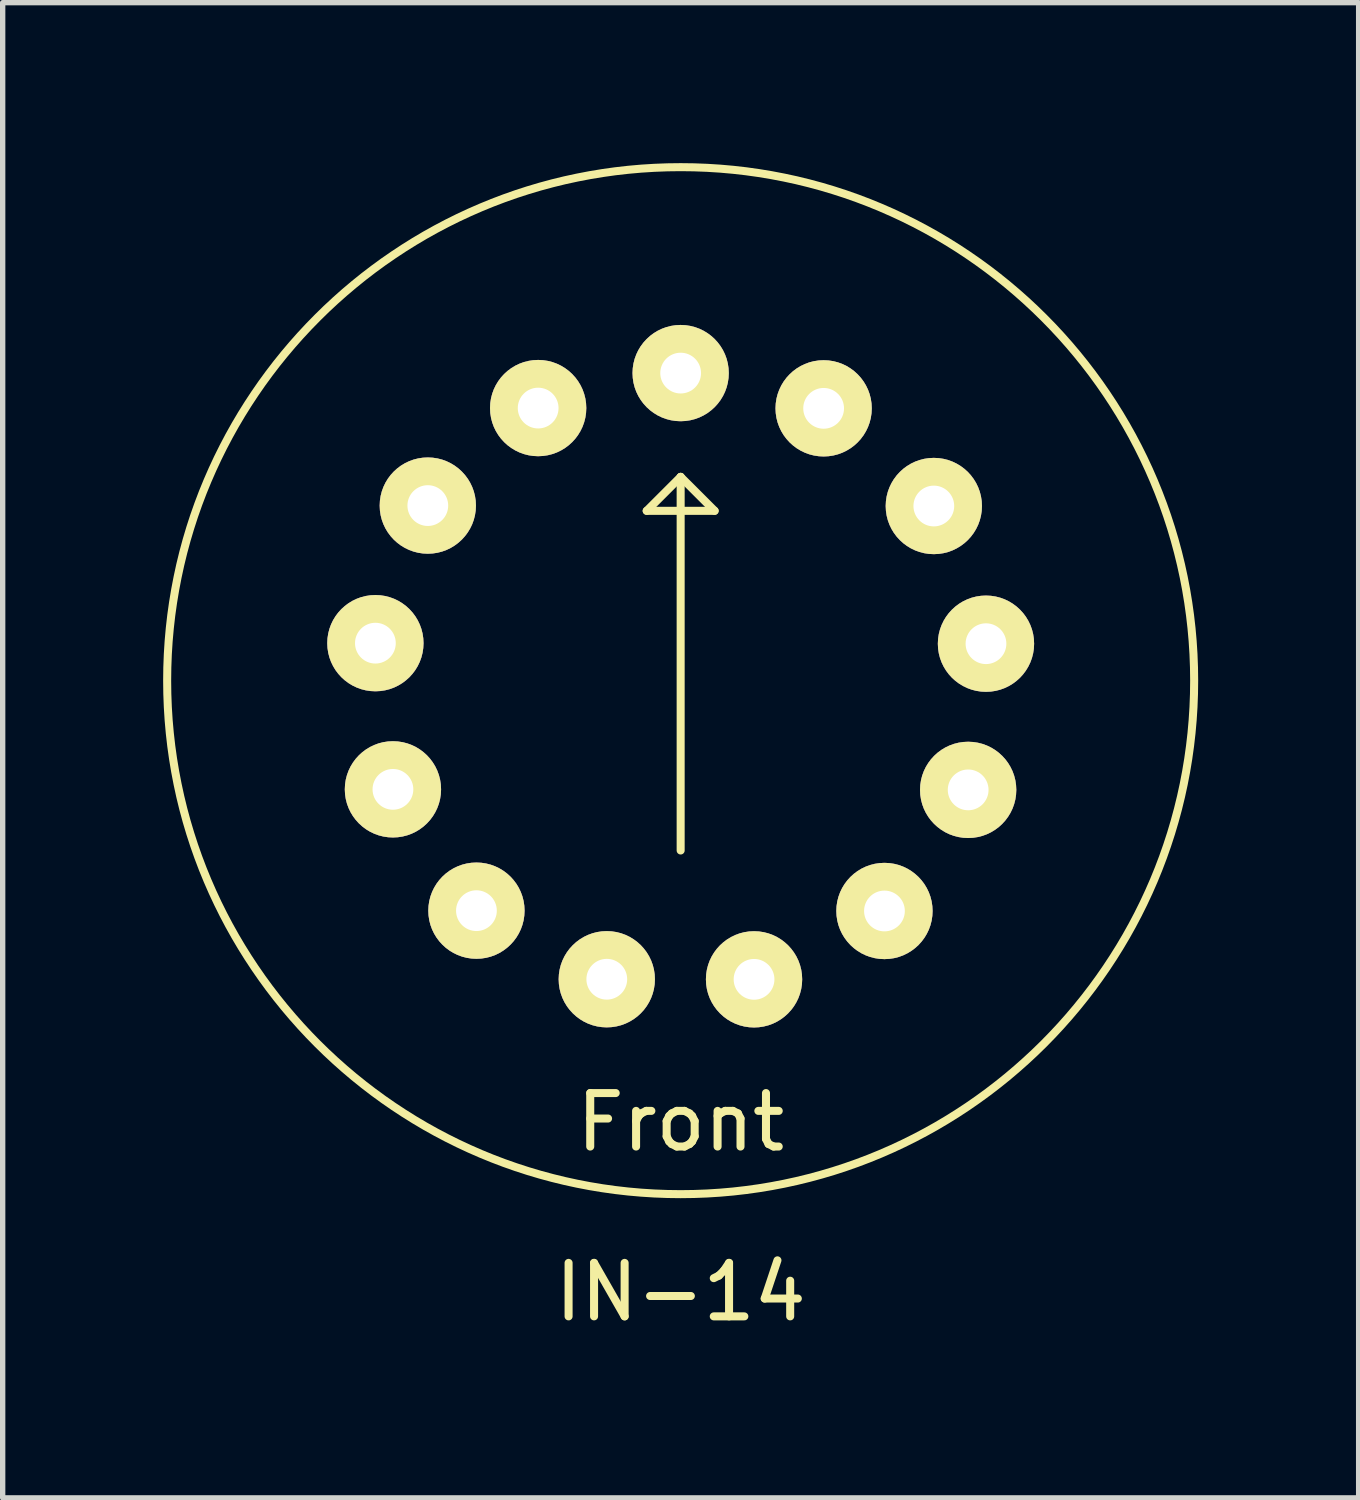
<source format=kicad_pcb>
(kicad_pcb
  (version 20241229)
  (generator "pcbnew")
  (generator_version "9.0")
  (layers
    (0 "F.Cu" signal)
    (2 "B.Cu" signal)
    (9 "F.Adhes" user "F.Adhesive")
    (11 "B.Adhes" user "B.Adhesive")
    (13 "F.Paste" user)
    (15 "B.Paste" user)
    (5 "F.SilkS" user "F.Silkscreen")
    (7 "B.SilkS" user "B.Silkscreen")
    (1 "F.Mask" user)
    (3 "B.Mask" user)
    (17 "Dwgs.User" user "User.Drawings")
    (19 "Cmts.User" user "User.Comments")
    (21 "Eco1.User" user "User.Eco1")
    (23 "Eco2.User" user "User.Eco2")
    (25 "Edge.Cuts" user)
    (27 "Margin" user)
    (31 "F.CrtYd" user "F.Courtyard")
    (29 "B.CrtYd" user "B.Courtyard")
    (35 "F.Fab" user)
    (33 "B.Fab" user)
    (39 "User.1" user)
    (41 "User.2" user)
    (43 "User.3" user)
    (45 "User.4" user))
  (footprint "IN-14"
    (layer "F.Cu")
    (at 9.675 9.675)
    (property "Reference" "IN-14" (at 0 11.43 180) (layer "F.SilkS") (effects (font (size 1 1) (thickness 0.15))))
    (attr through_hole)
    (fp_line (start -0.635 -3.175) (end 0.635 -3.175) (stroke (width 0.15) (type solid)) (layer "F.SilkS"))
    (fp_line (start 0 -3.81) (end -0.635 -3.175) (stroke (width 0.15) (type solid)) (layer "F.SilkS"))
    (fp_line (start 0 3.175) (end 0 -3.81) (stroke (width 0.15) (type solid)) (layer "F.SilkS"))
    (fp_line (start 0.635 -3.175) (end 0 -3.81) (stroke (width 0.15) (type solid)) (layer "F.SilkS"))
    (fp_circle (center 0 0) (end 0 -9.6) (stroke (width 0.15) (type solid)) (fill no) (layer "F.SilkS"))
    (fp_text user "Front" (at 0 8.255 180) (layer "F.SilkS") (effects (font (size 1 1) (thickness 0.15))))
    (pad "1" thru_hole circle (at 0 -5.75 180) (size 1.8 1.8) (drill 0.762) (layers "*.Cu" "*.Mask" "F.SilkS"))
    (pad "2" thru_hole circle (at -2.664 -5.096 180) (size 1.8 1.8) (drill 0.762) (layers "*.Cu" "*.Mask" "F.SilkS"))
    (pad "3" thru_hole circle (at -4.727 -3.273 180) (size 1.8 1.8) (drill 0.762) (layers "*.Cu" "*.Mask" "F.SilkS"))
    (pad "4" thru_hole circle (at -5.707 -0.701 180) (size 1.8 1.8) (drill 0.762) (layers "*.Cu" "*.Mask" "F.SilkS"))
    (pad "5" thru_hole circle (at -5.379 2.032 180) (size 1.8 1.8) (drill 0.762) (layers "*.Cu" "*.Mask" "F.SilkS"))
    (pad "6" thru_hole circle (at -3.818 4.3 180) (size 1.8 1.8) (drill 0.762) (layers "*.Cu" "*.Mask" "F.SilkS"))
    (pad "7" thru_hole circle (at -1.381 5.582 180) (size 1.8 1.8) (drill 0.762) (layers "*.Cu" "*.Mask" "F.SilkS"))
    (pad "8" thru_hole circle (at 1.372 5.584 180) (size 1.8 1.8) (drill 0.762) (layers "*.Cu" "*.Mask" "F.SilkS"))
    (pad "9" thru_hole circle (at 3.81 4.306 180) (size 1.8 1.8) (drill 0.762) (layers "*.Cu" "*.Mask" "F.SilkS"))
    (pad "10" thru_hole circle (at 5.375 2.042 180) (size 1.8 1.8) (drill 0.762) (layers "*.Cu" "*.Mask" "F.SilkS"))
    (pad "11" thru_hole circle (at 5.708 -0.691 180) (size 1.8 1.8) (drill 0.762) (layers "*.Cu" "*.Mask" "F.SilkS"))
    (pad "12" thru_hole circle (at 4.733 -3.265 180) (size 1.8 1.8) (drill 0.762) (layers "*.Cu" "*.Mask" "F.SilkS"))
    (pad "13" thru_hole circle (at 2.673 -5.091 180) (size 1.8 1.8) (drill 0.762) (layers "*.Cu" "*.Mask" "F.SilkS")))
  (gr_rect
    (start -3 -3)
    (end 22.35 24.953)
    (stroke (width 0.1) (type default))
    (fill no)
    (layer "Edge.Cuts")))
</source>
